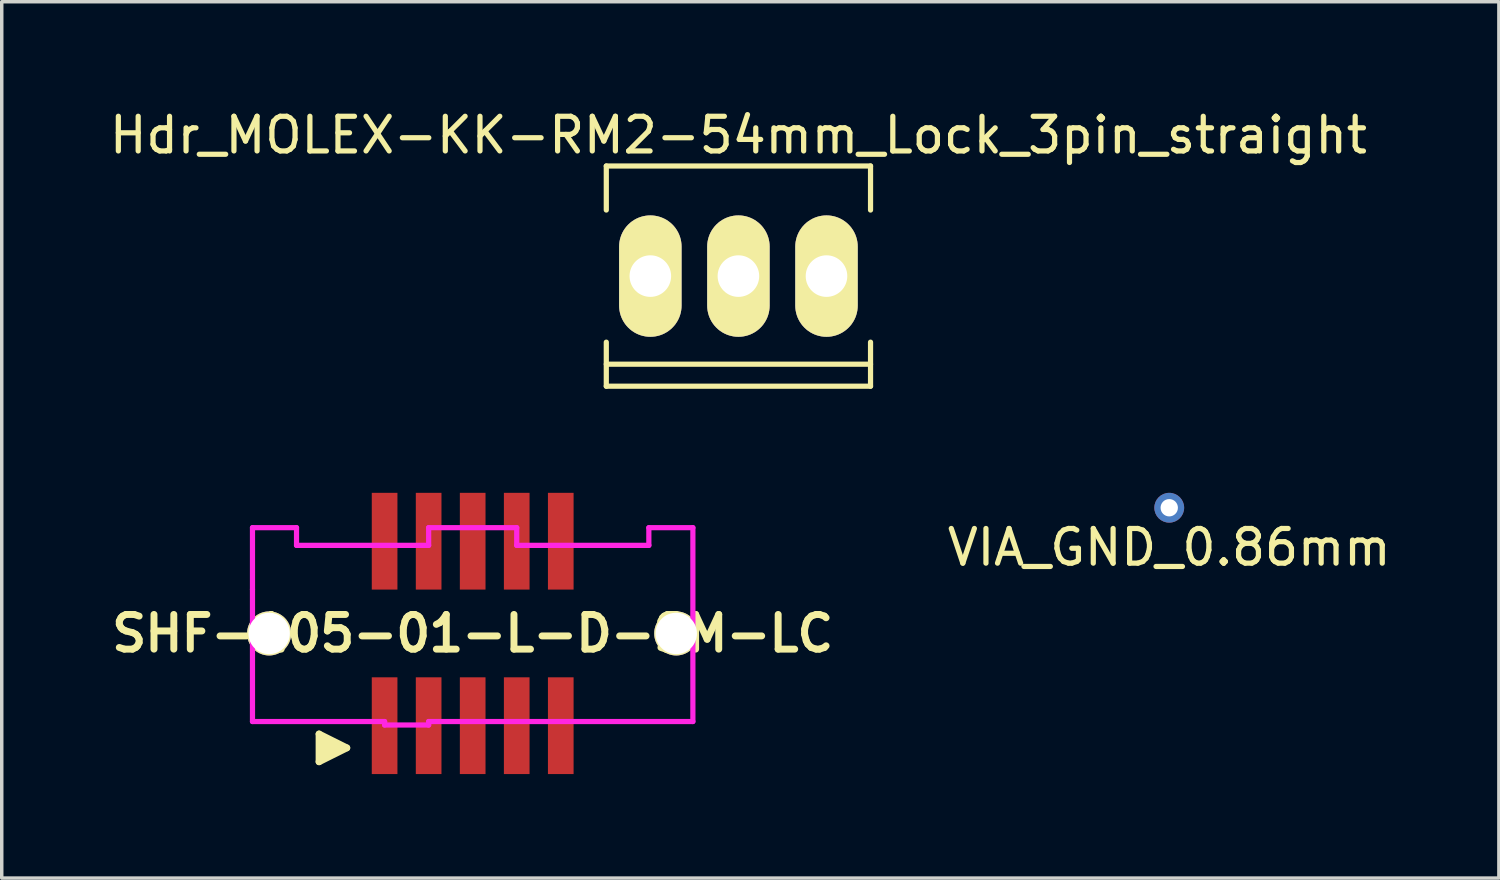
<source format=kicad_pcb>
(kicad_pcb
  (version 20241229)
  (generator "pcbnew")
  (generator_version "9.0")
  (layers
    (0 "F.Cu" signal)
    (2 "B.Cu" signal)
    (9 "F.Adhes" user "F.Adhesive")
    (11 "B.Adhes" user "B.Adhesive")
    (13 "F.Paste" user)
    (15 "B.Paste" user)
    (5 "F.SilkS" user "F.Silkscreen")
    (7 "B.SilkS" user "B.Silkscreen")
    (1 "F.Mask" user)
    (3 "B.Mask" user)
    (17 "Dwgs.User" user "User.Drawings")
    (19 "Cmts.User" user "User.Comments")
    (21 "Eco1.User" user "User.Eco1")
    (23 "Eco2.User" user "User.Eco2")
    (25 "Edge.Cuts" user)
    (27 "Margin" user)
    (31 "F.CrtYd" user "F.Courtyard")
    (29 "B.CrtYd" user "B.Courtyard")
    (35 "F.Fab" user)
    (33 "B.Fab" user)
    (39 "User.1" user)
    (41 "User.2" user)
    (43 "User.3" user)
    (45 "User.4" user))
  (footprint "Hdr_MOLEX-KK-RM2-54mm_Lock_3pin_straight"
    (layer "F.Cu")
    (at 18.244 4.912)
    (property "Reference" "Hdr_MOLEX-KK-RM2-54mm_Lock_3pin_straight" (at 0 -4.064 0) (layer "F.SilkS") (effects (font (size 1 1) (thickness 0.15))))
    (attr through_hole)
    (fp_line (start -3.81 -3.175) (end 3.81 -3.175) (stroke (width 0.15) (type solid)) (layer "F.SilkS"))
    (fp_line (start -3.81 -1.905) (end -3.81 -3.175) (stroke (width 0.15) (type solid)) (layer "F.SilkS"))
    (fp_line (start -3.81 3.175) (end -3.81 1.905) (stroke (width 0.15) (type solid)) (layer "F.SilkS"))
    (fp_line (start 3.81 -3.175) (end 3.81 -1.905) (stroke (width 0.15) (type solid)) (layer "F.SilkS"))
    (fp_line (start 3.81 1.905) (end 3.81 3.175) (stroke (width 0.15) (type solid)) (layer "F.SilkS"))
    (fp_line (start 3.81 2.54) (end -3.81 2.54) (stroke (width 0.15) (type solid)) (layer "F.SilkS"))
    (fp_line (start 3.81 3.175) (end -3.81 3.175) (stroke (width 0.15) (type solid)) (layer "F.SilkS"))
    (pad "1" thru_hole oval (at -2.54 0) (size 1.801 3.5) (drill 1.199) (layers "*.Cu" "*.Mask" "F.SilkS"))
    (pad "2" thru_hole oval (at 0 0) (size 1.801 3.5) (drill 1.199) (layers "*.Cu" "*.Mask" "F.SilkS"))
    (pad "3" thru_hole oval (at 2.54 0) (size 1.801 3.5) (drill 1.199) (layers "*.Cu" "*.Mask" "F.SilkS")))
  (footprint "VIA_GND_0.86mm"
    (layer "F.Cu")
    (at 30.668 11.592)
    (property "Reference" "VIA_GND_0.86mm" (at 0 1.143 0) (layer "F.SilkS") (effects (font (size 1 1) (thickness 0.15))))
    (attr through_hole)
    (pad "1" thru_hole circle (at 0 0 90) (size 0.86 0.86) (drill 0.5) (layers "*.Cu")))
  (footprint "SHF-105-01-L-D-SM-LC"
    (layer "F.Cu")
    (at 10.581 15.217)
    (property "Reference" "SHF-105-01-L-D-SM-LC" (at 0 0 0) (layer "F.SilkS") (effects (font (size 1 1) (thickness 0.2))))
    (attr through_hole)
    (fp_line (start -4.43 2.9) (end -3.63 3.3) (stroke (width 0.198) (type solid)) (layer "F.SilkS"))
    (fp_line (start -4.43 3.7) (end -4.43 2.9) (stroke (width 0.198) (type solid)) (layer "F.SilkS"))
    (fp_line (start -4.33 3.6) (end -4.33 3) (stroke (width 0.198) (type solid)) (layer "F.SilkS"))
    (fp_line (start -4.23 3.1) (end -4.23 3.5) (stroke (width 0.198) (type solid)) (layer "F.SilkS"))
    (fp_line (start -4.13 3.5) (end -4.13 3.1) (stroke (width 0.198) (type solid)) (layer "F.SilkS"))
    (fp_line (start -4.03 3.2) (end -4.03 3.4) (stroke (width 0.198) (type solid)) (layer "F.SilkS"))
    (fp_line (start -3.93 3.4) (end -3.93 3.2) (stroke (width 0.198) (type solid)) (layer "F.SilkS"))
    (fp_line (start -3.63 3.3) (end -4.43 3.7) (stroke (width 0.198) (type solid)) (layer "F.SilkS"))
    (fp_line (start -6.35 -3.05) (end -5.08 -3.05) (stroke (width 0.15) (type solid)) (layer "F.CrtYd"))
    (fp_line (start -6.35 -1.27) (end -6.35 -3.05) (stroke (width 0.15) (type solid)) (layer "F.CrtYd"))
    (fp_line (start -6.35 2.54) (end -6.35 -1.27) (stroke (width 0.15) (type solid)) (layer "F.CrtYd"))
    (fp_line (start -6.35 2.54) (end -2.54 2.54) (stroke (width 0.15) (type solid)) (layer "F.CrtYd"))
    (fp_line (start -5.08 -3.05) (end -5.08 -2.54) (stroke (width 0.15) (type solid)) (layer "F.CrtYd"))
    (fp_line (start -5.08 -2.54) (end -1.27 -2.54) (stroke (width 0.15) (type solid)) (layer "F.CrtYd"))
    (fp_line (start -2.54 2.54) (end -2.54 2.639) (stroke (width 0.15) (type solid)) (layer "F.CrtYd"))
    (fp_line (start -1.27 -3.05) (end 1.27 -3.05) (stroke (width 0.15) (type solid)) (layer "F.CrtYd"))
    (fp_line (start -1.27 -2.54) (end -1.27 -3.05) (stroke (width 0.15) (type solid)) (layer "F.CrtYd"))
    (fp_line (start -1.27 2.54) (end 6.35 2.54) (stroke (width 0.15) (type solid)) (layer "F.CrtYd"))
    (fp_line (start -1.27 2.64) (end -2.54 2.64) (stroke (width 0.15) (type solid)) (layer "F.CrtYd"))
    (fp_line (start -1.27 2.642) (end -1.27 2.54) (stroke (width 0.15) (type solid)) (layer "F.CrtYd"))
    (fp_line (start 1.27 -2.54) (end 1.27 -3.05) (stroke (width 0.15) (type solid)) (layer "F.CrtYd"))
    (fp_line (start 1.27 -2.54) (end 5.08 -2.54) (stroke (width 0.15) (type solid)) (layer "F.CrtYd"))
    (fp_line (start 5.08 -3.05) (end 6.35 -3.05) (stroke (width 0.15) (type solid)) (layer "F.CrtYd"))
    (fp_line (start 5.08 -2.54) (end 5.08 -3.048) (stroke (width 0.15) (type solid)) (layer "F.CrtYd"))
    (fp_line (start 6.35 -3.05) (end 6.35 2.54) (stroke (width 0.15) (type solid)) (layer "F.CrtYd"))
    (pad "" np_thru_hole circle (at -5.87 0) (size 1.27 1.27) (drill 1.194) (layers "*.Cu" "*.Mask" "F.SilkS"))
    (pad "" np_thru_hole circle (at 5.87 0) (size 1.27 1.27) (drill 1.194) (layers "*.Cu" "*.Mask" "F.SilkS"))
    (pad "1" smd rect (at -2.54 2.66) (size 0.74 2.79) (layers "F.Cu" "F.Mask" "F.Paste"))
    (pad "2" smd rect (at -2.54 -2.66) (size 0.74 2.79) (layers "F.Cu" "F.Mask" "F.Paste"))
    (pad "3" smd rect (at -1.27 2.66) (size 0.74 2.79) (layers "F.Cu" "F.Mask" "F.Paste"))
    (pad "4" smd rect (at -1.27 -2.66) (size 0.74 2.79) (layers "F.Cu" "F.Mask" "F.Paste"))
    (pad "5" smd rect (at 0 2.66 180) (size 0.74 2.79) (layers "F.Cu" "F.Mask" "F.Paste"))
    (pad "6" smd rect (at 0 -2.66) (size 0.74 2.79) (layers "F.Cu" "F.Mask" "F.Paste"))
    (pad "7" smd rect (at 1.27 2.66) (size 0.74 2.79) (layers "F.Cu" "F.Mask" "F.Paste"))
    (pad "8" smd rect (at 1.27 -2.66) (size 0.74 2.79) (layers "F.Cu" "F.Mask" "F.Paste"))
    (pad "9" smd rect (at 2.54 2.66) (size 0.74 2.79) (layers "F.Cu" "F.Mask" "F.Paste"))
    (pad "10" smd rect (at 2.54 -2.66) (size 0.74 2.79) (layers "F.Cu" "F.Mask" "F.Paste")))
  (gr_rect
    (start -3 -3)
    (end 40.174 22.272)
    (stroke (width 0.1) (type default))
    (fill no)
    (layer "Edge.Cuts")))
</source>
